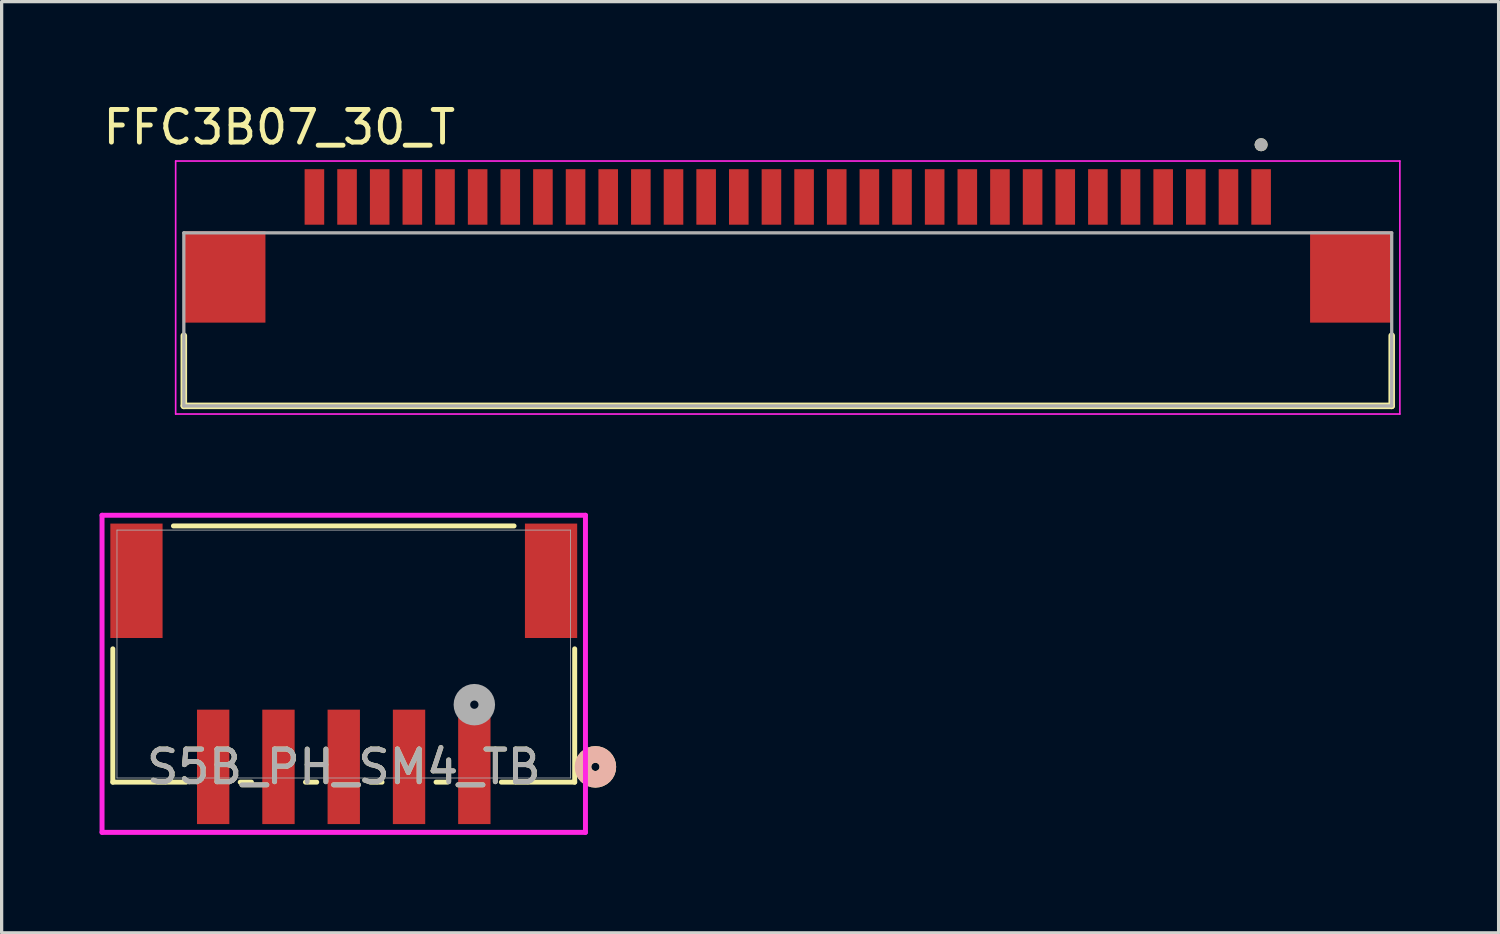
<source format=kicad_pcb>
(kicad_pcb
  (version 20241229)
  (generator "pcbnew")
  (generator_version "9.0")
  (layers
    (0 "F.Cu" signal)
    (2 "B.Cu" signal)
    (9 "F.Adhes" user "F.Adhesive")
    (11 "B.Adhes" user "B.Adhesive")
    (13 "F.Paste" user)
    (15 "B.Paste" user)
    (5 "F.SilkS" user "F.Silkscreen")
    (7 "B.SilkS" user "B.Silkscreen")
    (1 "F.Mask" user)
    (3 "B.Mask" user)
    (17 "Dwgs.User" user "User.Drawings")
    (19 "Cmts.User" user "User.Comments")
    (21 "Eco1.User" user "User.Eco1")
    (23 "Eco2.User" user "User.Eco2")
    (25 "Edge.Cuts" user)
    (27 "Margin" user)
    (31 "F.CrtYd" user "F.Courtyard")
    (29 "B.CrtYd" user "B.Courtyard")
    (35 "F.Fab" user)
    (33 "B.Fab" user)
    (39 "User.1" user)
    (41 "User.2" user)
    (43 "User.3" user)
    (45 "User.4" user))
  (footprint "FFC3B07_30_T"
    (layer "F.Cu")
    (at 21.081 5.433)
    (property "Reference" "FFC3B07_30_T" (at -15.575 -4.585 0) (layer "F.SilkS") (effects (font (size 1 1) (thickness 0.15))))
    (attr smd)
    (fp_line (start -18.5 1.8) (end -18.5 3.95) (stroke (width 0.2) (type solid)) (layer "F.SilkS"))
    (fp_line (start -18.5 3.95) (end 18.5 3.95) (stroke (width 0.2) (type solid)) (layer "F.SilkS"))
    (fp_line (start 18.5 3.95) (end 18.5 1.8) (stroke (width 0.2) (type solid)) (layer "F.SilkS"))
    (fp_circle (center 14.5 -4.05) (end 14.6 -4.05) (stroke (width 0.2) (type solid)) (fill no) (layer "F.SilkS"))
    (fp_line (start -18.75 -3.55) (end -18.75 4.2) (stroke (width 0.05) (type solid)) (layer "F.CrtYd"))
    (fp_line (start -18.75 4.2) (end 18.75 4.2) (stroke (width 0.05) (type solid)) (layer "F.CrtYd"))
    (fp_line (start 18.75 -3.55) (end -18.75 -3.55) (stroke (width 0.05) (type solid)) (layer "F.CrtYd"))
    (fp_line (start 18.75 4.2) (end 18.75 -3.55) (stroke (width 0.05) (type solid)) (layer "F.CrtYd"))
    (fp_line (start -18.5 -1.35) (end 18.5 -1.35) (stroke (width 0.1) (type solid)) (layer "F.Fab"))
    (fp_line (start -18.5 3.95) (end -18.5 -1.35) (stroke (width 0.1) (type solid)) (layer "F.Fab"))
    (fp_line (start 18.5 -1.35) (end 18.5 3.95) (stroke (width 0.1) (type solid)) (layer "F.Fab"))
    (fp_line (start 18.5 3.95) (end -18.5 3.95) (stroke (width 0.1) (type solid)) (layer "F.Fab"))
    (fp_circle (center 14.5 -4.05) (end 14.6 -4.05) (stroke (width 0.2) (type solid)) (fill no) (layer "F.Fab"))
    (pad "1" smd rect (at 14.5 -2.45) (size 0.6 1.7) (layers "F.Cu" "F.Mask" "F.Paste"))
    (pad "2" smd rect (at 13.5 -2.45) (size 0.6 1.7) (layers "F.Cu" "F.Mask" "F.Paste"))
    (pad "3" smd rect (at 12.5 -2.45) (size 0.6 1.7) (layers "F.Cu" "F.Mask" "F.Paste"))
    (pad "4" smd rect (at 11.5 -2.45) (size 0.6 1.7) (layers "F.Cu" "F.Mask" "F.Paste"))
    (pad "5" smd rect (at 10.5 -2.45) (size 0.6 1.7) (layers "F.Cu" "F.Mask" "F.Paste"))
    (pad "6" smd rect (at 9.5 -2.45) (size 0.6 1.7) (layers "F.Cu" "F.Mask" "F.Paste"))
    (pad "7" smd rect (at 8.5 -2.45) (size 0.6 1.7) (layers "F.Cu" "F.Mask" "F.Paste"))
    (pad "8" smd rect (at 7.5 -2.45) (size 0.6 1.7) (layers "F.Cu" "F.Mask" "F.Paste"))
    (pad "9" smd rect (at 6.5 -2.45) (size 0.6 1.7) (layers "F.Cu" "F.Mask" "F.Paste"))
    (pad "10" smd rect (at 5.5 -2.45) (size 0.6 1.7) (layers "F.Cu" "F.Mask" "F.Paste"))
    (pad "11" smd rect (at 4.5 -2.45) (size 0.6 1.7) (layers "F.Cu" "F.Mask" "F.Paste"))
    (pad "12" smd rect (at 3.5 -2.45) (size 0.6 1.7) (layers "F.Cu" "F.Mask" "F.Paste"))
    (pad "13" smd rect (at 2.5 -2.45) (size 0.6 1.7) (layers "F.Cu" "F.Mask" "F.Paste"))
    (pad "14" smd rect (at 1.5 -2.45) (size 0.6 1.7) (layers "F.Cu" "F.Mask" "F.Paste"))
    (pad "15" smd rect (at 0.5 -2.45) (size 0.6 1.7) (layers "F.Cu" "F.Mask" "F.Paste"))
    (pad "16" smd rect (at -0.5 -2.45) (size 0.6 1.7) (layers "F.Cu" "F.Mask" "F.Paste"))
    (pad "17" smd rect (at -1.5 -2.45) (size 0.6 1.7) (layers "F.Cu" "F.Mask" "F.Paste"))
    (pad "18" smd rect (at -2.5 -2.45) (size 0.6 1.7) (layers "F.Cu" "F.Mask" "F.Paste"))
    (pad "19" smd rect (at -3.5 -2.45) (size 0.6 1.7) (layers "F.Cu" "F.Mask" "F.Paste"))
    (pad "20" smd rect (at -4.5 -2.45) (size 0.6 1.7) (layers "F.Cu" "F.Mask" "F.Paste"))
    (pad "21" smd rect (at -5.5 -2.45) (size 0.6 1.7) (layers "F.Cu" "F.Mask" "F.Paste"))
    (pad "22" smd rect (at -6.5 -2.45) (size 0.6 1.7) (layers "F.Cu" "F.Mask" "F.Paste"))
    (pad "23" smd rect (at -7.5 -2.45) (size 0.6 1.7) (layers "F.Cu" "F.Mask" "F.Paste"))
    (pad "24" smd rect (at -8.5 -2.45) (size 0.6 1.7) (layers "F.Cu" "F.Mask" "F.Paste"))
    (pad "25" smd rect (at -9.5 -2.45) (size 0.6 1.7) (layers "F.Cu" "F.Mask" "F.Paste"))
    (pad "26" smd rect (at -10.5 -2.45) (size 0.6 1.7) (layers "F.Cu" "F.Mask" "F.Paste"))
    (pad "27" smd rect (at -11.5 -2.45) (size 0.6 1.7) (layers "F.Cu" "F.Mask" "F.Paste"))
    (pad "28" smd rect (at -12.5 -2.45) (size 0.6 1.7) (layers "F.Cu" "F.Mask" "F.Paste"))
    (pad "29" smd rect (at -13.5 -2.45) (size 0.6 1.7) (layers "F.Cu" "F.Mask" "F.Paste"))
    (pad "30" smd rect (at -14.5 -2.45) (size 0.6 1.7) (layers "F.Cu" "F.Mask" "F.Paste"))
    (pad "S1" smd rect (at 17.25 0) (size 2.5 2.8) (layers "F.Cu" "F.Mask" "F.Paste"))
    (pad "S2" smd rect (at -17.25 0) (size 2.5 2.8) (layers "F.Cu" "F.Mask" "F.Paste")))
  (footprint "S5B_PH_SM4_TB"
    (layer "F.Cu")
    (at 7.48 16.985)
    (property "Reference" "S5B_PH_SM4_TB" (at 0 3.456 0) (unlocked yes) (layer "F.SilkS") (effects (font (size 1 1) (thickness 0.15))))
    (attr smd)
    (fp_line (start -7.074 -0.159) (end -7.074 3.924) (stroke (width 0.152) (type solid)) (layer "F.SilkS"))
    (fp_line (start -7.074 3.924) (end -4.828 3.924) (stroke (width 0.152) (type solid)) (layer "F.SilkS"))
    (fp_line (start -3.172 3.924) (end -2.828 3.924) (stroke (width 0.152) (type solid)) (layer "F.SilkS"))
    (fp_line (start -1.172 3.924) (end -0.828 3.924) (stroke (width 0.152) (type solid)) (layer "F.SilkS"))
    (fp_line (start 0.828 3.924) (end 1.172 3.924) (stroke (width 0.152) (type solid)) (layer "F.SilkS"))
    (fp_line (start 2.828 3.924) (end 3.172 3.924) (stroke (width 0.152) (type solid)) (layer "F.SilkS"))
    (fp_line (start 4.828 3.924) (end 7.074 3.924) (stroke (width 0.152) (type solid)) (layer "F.SilkS"))
    (fp_line (start 5.217 -3.924) (end -5.217 -3.924) (stroke (width 0.152) (type solid)) (layer "F.SilkS"))
    (fp_line (start 7.074 3.924) (end 7.074 -0.159) (stroke (width 0.152) (type solid)) (layer "F.SilkS"))
    (fp_circle (center 7.709 3.456) (end 8.09 3.456) (stroke (width 0.508) (type solid)) (fill no) (layer "F.SilkS"))
    (fp_circle (center 7.709 3.456) (end 8.09 3.456) (stroke (width 0.508) (type solid)) (fill no) (layer "B.SilkS"))
    (fp_line (start -7.404 -4.251) (end -7.404 5.462) (stroke (width 0.152) (type solid)) (layer "F.CrtYd"))
    (fp_line (start -7.404 5.462) (end 7.404 5.462) (stroke (width 0.152) (type solid)) (layer "F.CrtYd"))
    (fp_line (start 7.404 -4.251) (end -7.404 -4.251) (stroke (width 0.152) (type solid)) (layer "F.CrtYd"))
    (fp_line (start 7.404 5.462) (end 7.404 -4.251) (stroke (width 0.152) (type solid)) (layer "F.CrtYd"))
    (fp_line (start -6.947 -3.797) (end -6.947 3.797) (stroke (width 0.025) (type solid)) (layer "F.Fab"))
    (fp_line (start -6.947 3.797) (end 6.947 3.797) (stroke (width 0.025) (type solid)) (layer "F.Fab"))
    (fp_line (start 6.947 -3.797) (end -6.947 -3.797) (stroke (width 0.025) (type solid)) (layer "F.Fab"))
    (fp_line (start 6.947 3.797) (end 6.947 -3.797) (stroke (width 0.025) (type solid)) (layer "F.Fab"))
    (fp_circle (center 4 1.551) (end 4.381 1.551) (stroke (width 0.508) (type solid)) (fill no) (layer "F.Fab"))
    (fp_text user "${REFERENCE}" (at 0 3.456 0) (unlocked yes) (layer "F.Fab") (effects (font (size 1 1) (thickness 0.15))))
    (pad "1" smd rect (at 4 3.456) (size 0.991 3.505) (layers "F.Cu" "F.Mask" "F.Paste"))
    (pad "2" smd rect (at 2 3.456) (size 0.991 3.505) (layers "F.Cu" "F.Mask" "F.Paste"))
    (pad "3" smd rect (at 0 3.456) (size 0.991 3.505) (layers "F.Cu" "F.Mask" "F.Paste"))
    (pad "4" smd rect (at -2 3.456) (size 0.991 3.505) (layers "F.Cu" "F.Mask" "F.Paste"))
    (pad "5" smd rect (at -4 3.456) (size 0.991 3.505) (layers "F.Cu" "F.Mask" "F.Paste"))
    (pad "6" smd rect (at -6.35 -2.244) (size 1.6 3.505) (layers "F.Cu" "F.Mask" "F.Paste"))
    (pad "7" smd rect (at 6.35 -2.244) (size 1.6 3.505) (layers "F.Cu" "F.Mask" "F.Paste")))
  (gr_rect
    (start -3 -3)
    (end 42.856 25.524)
    (stroke (width 0.1) (type default))
    (fill no)
    (layer "Edge.Cuts")))
</source>
